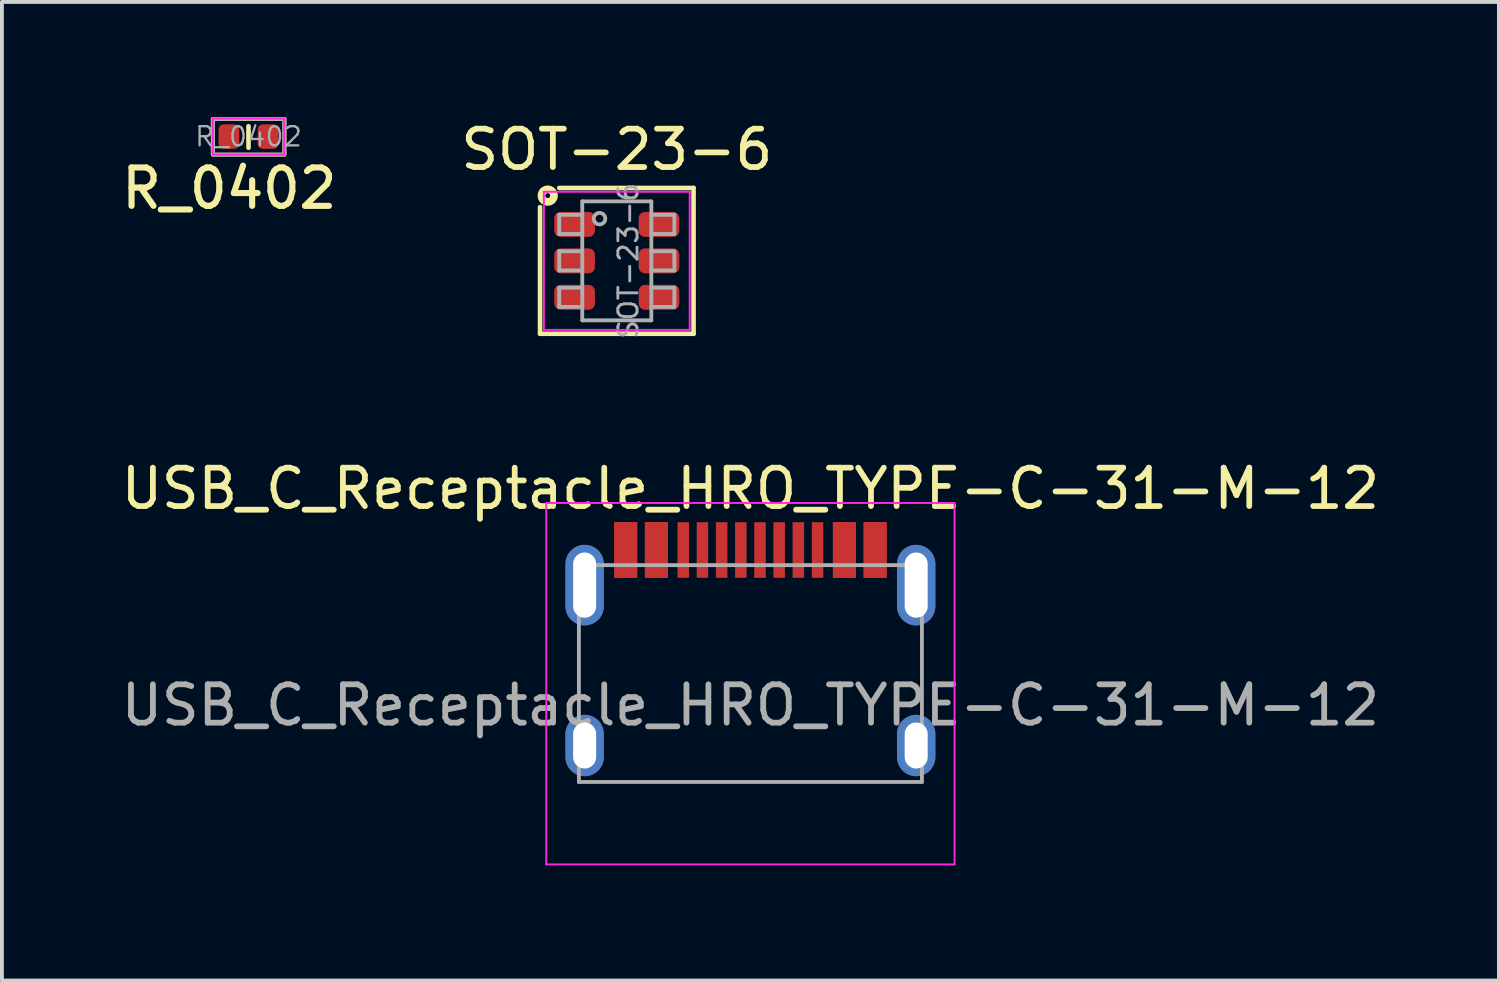
<source format=kicad_pcb>
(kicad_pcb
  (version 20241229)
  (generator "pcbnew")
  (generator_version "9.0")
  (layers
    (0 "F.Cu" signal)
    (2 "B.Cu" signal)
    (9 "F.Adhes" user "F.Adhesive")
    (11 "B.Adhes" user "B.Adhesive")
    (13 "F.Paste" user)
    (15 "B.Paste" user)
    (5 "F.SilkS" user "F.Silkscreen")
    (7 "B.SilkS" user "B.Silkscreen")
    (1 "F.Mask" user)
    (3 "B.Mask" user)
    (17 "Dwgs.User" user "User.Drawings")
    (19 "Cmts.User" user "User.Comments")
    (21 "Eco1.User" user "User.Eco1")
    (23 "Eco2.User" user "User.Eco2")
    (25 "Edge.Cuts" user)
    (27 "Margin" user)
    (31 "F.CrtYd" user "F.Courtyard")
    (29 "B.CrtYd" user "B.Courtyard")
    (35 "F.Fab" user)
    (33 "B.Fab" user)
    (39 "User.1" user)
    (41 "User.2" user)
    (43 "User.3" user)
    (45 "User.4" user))
  (footprint "USB_C_Receptacle_HRO_TYPE-C-31-M-12"
    (layer "F.Cu")
    (at 16.506 15.328)
    (property "Reference" "USB_C_Receptacle_HRO_TYPE-C-31-M-12" (at 0 -5.645 0) (layer "F.SilkS") (effects (font (size 1 1) (thickness 0.15))))
    (attr smd)
    (fp_line (start -5.32 -5.27) (end -5.32 4.15) (stroke (width 0.05) (type solid)) (layer "F.CrtYd"))
    (fp_line (start -5.32 -5.27) (end 5.32 -5.27) (stroke (width 0.05) (type solid)) (layer "F.CrtYd"))
    (fp_line (start -5.32 4.15) (end 5.32 4.15) (stroke (width 0.05) (type solid)) (layer "F.CrtYd"))
    (fp_line (start 5.32 -5.27) (end 5.32 4.15) (stroke (width 0.05) (type solid)) (layer "F.CrtYd"))
    (fp_line (start -4.47 -3.65) (end -4.47 2) (stroke (width 0.1) (type solid)) (layer "F.Fab"))
    (fp_line (start -4.47 -3.65) (end 4.47 -3.65) (stroke (width 0.1) (type solid)) (layer "F.Fab"))
    (fp_line (start -4.47 2) (end 4.47 2) (stroke (width 0.1) (type solid)) (layer "F.Fab"))
    (fp_line (start 4.47 -3.65) (end 4.47 2) (stroke (width 0.1) (type solid)) (layer "F.Fab"))
    (fp_text user "${REFERENCE}" (at 0 0 0) (layer "F.Fab") (effects (font (size 1 1) (thickness 0.15))))
    (pad "A1" smd rect (at -3.25 -4.045) (size 0.6 1.45) (layers "F.Cu" "F.Mask" "F.Paste"))
    (pad "A4" smd rect (at -2.45 -4.045) (size 0.6 1.45) (layers "F.Cu" "F.Mask" "F.Paste"))
    (pad "A5" smd rect (at -1.25 -4.045) (size 0.3 1.45) (layers "F.Cu" "F.Mask" "F.Paste"))
    (pad "A6" smd rect (at -0.25 -4.045) (size 0.3 1.45) (layers "F.Cu" "F.Mask" "F.Paste"))
    (pad "A7" smd rect (at 0.25 -4.045) (size 0.3 1.45) (layers "F.Cu" "F.Mask" "F.Paste"))
    (pad "A8" smd rect (at 1.25 -4.045) (size 0.3 1.45) (layers "F.Cu" "F.Mask" "F.Paste"))
    (pad "A9" smd rect (at 2.45 -4.045) (size 0.6 1.45) (layers "F.Cu" "F.Mask" "F.Paste"))
    (pad "A12" smd rect (at 3.25 -4.045) (size 0.6 1.45) (layers "F.Cu" "F.Mask" "F.Paste"))
    (pad "B1" smd rect (at 3.25 -4.045) (size 0.6 1.45) (layers "F.Cu" "F.Mask" "F.Paste"))
    (pad "B4" smd rect (at 2.45 -4.045) (size 0.6 1.45) (layers "F.Cu" "F.Mask" "F.Paste"))
    (pad "B5" smd rect (at 1.75 -4.045) (size 0.3 1.45) (layers "F.Cu" "F.Mask" "F.Paste"))
    (pad "B6" smd rect (at 0.75 -4.045) (size 0.3 1.45) (layers "F.Cu" "F.Mask" "F.Paste"))
    (pad "B7" smd rect (at -0.75 -4.045) (size 0.3 1.45) (layers "F.Cu" "F.Mask" "F.Paste"))
    (pad "B8" smd rect (at -1.75 -4.045) (size 0.3 1.45) (layers "F.Cu" "F.Mask" "F.Paste"))
    (pad "B9" smd rect (at -2.45 -4.045) (size 0.6 1.45) (layers "F.Cu" "F.Mask" "F.Paste"))
    (pad "B12" smd rect (at -3.25 -4.045) (size 0.6 1.45) (layers "F.Cu" "F.Mask" "F.Paste"))
    (pad "S1" thru_hole oval (at -4.32 -3.13) (size 1 2.1) (drill oval 0.6 1.7) (property pad_prop_heatsink) (layers "*.Cu" "*.Mask"))
    (pad "S1" thru_hole oval (at -4.32 1.05) (size 1 1.6) (drill oval 0.6 1.2) (property pad_prop_heatsink) (layers "*.Cu" "*.Mask"))
    (pad "S1" thru_hole oval (at 4.32 -3.13) (size 1 2.1) (drill oval 0.6 1.7) (property pad_prop_heatsink) (layers "*.Cu" "*.Mask"))
    (pad "S1" thru_hole oval (at 4.32 1.05) (size 1 1.6) (drill oval 0.6 1.2) (property pad_prop_heatsink) (layers "*.Cu" "*.Mask")))
  (footprint "SOT-23-6"
    (layer "F.Cu")
    (at 13.024 3.748)
    (property "Reference" "SOT-23-6" (at 0 -2.9 0) (layer "F.SilkS") (effects (font (size 1 1) (thickness 0.15))))
    (attr smd)
    (fp_line (start -2 -1.4) (end -2 1.9) (stroke (width 0.12) (type solid)) (layer "F.SilkS"))
    (fp_line (start -2 1.9) (end 2 1.9) (stroke (width 0.12) (type solid)) (layer "F.SilkS"))
    (fp_line (start 2 -1.9) (end -1.5 -1.9) (stroke (width 0.12) (type solid)) (layer "F.SilkS"))
    (fp_line (start 2 1.9) (end 2 -1.9) (stroke (width 0.12) (type solid)) (layer "F.SilkS"))
    (fp_circle (center -1.8 -1.7) (end -1.736 -1.7) (stroke (width 0.2) (type solid)) (fill no) (layer "F.SilkS"))
    (fp_line (start -1.9 -1.8) (end -1.9 1.8) (stroke (width 0.05) (type solid)) (layer "F.CrtYd"))
    (fp_line (start -1.9 1.8) (end 1.9 1.8) (stroke (width 0.05) (type solid)) (layer "F.CrtYd"))
    (fp_line (start 1.9 -1.8) (end -1.9 -1.8) (stroke (width 0.05) (type solid)) (layer "F.CrtYd"))
    (fp_line (start 1.9 1.8) (end 1.9 -1.8) (stroke (width 0.05) (type solid)) (layer "F.CrtYd"))
    (fp_line (start -1.5 -1.2) (end -1.5 -0.7) (stroke (width 0.1) (type solid)) (layer "F.Fab"))
    (fp_line (start -1.5 -0.7) (end -0.9 -0.7) (stroke (width 0.1) (type solid)) (layer "F.Fab"))
    (fp_line (start -1.5 -0.25) (end -1.5 0.25) (stroke (width 0.1) (type solid)) (layer "F.Fab"))
    (fp_line (start -1.5 0.25) (end -0.9 0.25) (stroke (width 0.1) (type solid)) (layer "F.Fab"))
    (fp_line (start -1.5 0.7) (end -1.5 1.2) (stroke (width 0.1) (type solid)) (layer "F.Fab"))
    (fp_line (start -1.5 1.2) (end -0.9 1.2) (stroke (width 0.1) (type solid)) (layer "F.Fab"))
    (fp_line (start -0.9 -1.55) (end -0.9 1.55) (stroke (width 0.1) (type solid)) (layer "F.Fab"))
    (fp_line (start -0.9 -1.2) (end -1.5 -1.2) (stroke (width 0.1) (type solid)) (layer "F.Fab"))
    (fp_line (start -0.9 -0.25) (end -1.5 -0.25) (stroke (width 0.1) (type solid)) (layer "F.Fab"))
    (fp_line (start -0.9 0.7) (end -1.5 0.7) (stroke (width 0.1) (type solid)) (layer "F.Fab"))
    (fp_line (start 0.9 -1.55) (end -0.9 -1.55) (stroke (width 0.1) (type solid)) (layer "F.Fab"))
    (fp_line (start 0.9 -1.55) (end 0.9 1.55) (stroke (width 0.1) (type solid)) (layer "F.Fab"))
    (fp_line (start 0.9 -0.7) (end 1.5 -0.7) (stroke (width 0.1) (type solid)) (layer "F.Fab"))
    (fp_line (start 0.9 0.25) (end 1.5 0.25) (stroke (width 0.1) (type solid)) (layer "F.Fab"))
    (fp_line (start 0.9 1.2) (end 1.5 1.2) (stroke (width 0.1) (type solid)) (layer "F.Fab"))
    (fp_line (start 0.9 1.55) (end -0.9 1.55) (stroke (width 0.1) (type solid)) (layer "F.Fab"))
    (fp_line (start 1.5 -1.2) (end 0.9 -1.2) (stroke (width 0.1) (type solid)) (layer "F.Fab"))
    (fp_line (start 1.5 -0.7) (end 1.5 -1.2) (stroke (width 0.1) (type solid)) (layer "F.Fab"))
    (fp_line (start 1.5 -0.25) (end 0.9 -0.25) (stroke (width 0.1) (type solid)) (layer "F.Fab"))
    (fp_line (start 1.5 0.25) (end 1.5 -0.25) (stroke (width 0.1) (type solid)) (layer "F.Fab"))
    (fp_line (start 1.5 0.7) (end 0.9 0.7) (stroke (width 0.1) (type solid)) (layer "F.Fab"))
    (fp_line (start 1.5 1.2) (end 1.5 0.7) (stroke (width 0.1) (type solid)) (layer "F.Fab"))
    (fp_circle (center -0.45 -1.1) (end -0.3 -1.1) (stroke (width 0.1) (type solid)) (fill no) (layer "F.Fab"))
    (fp_text user "${REFERENCE}" (at 0.3 0 270) (layer "F.Fab") (effects (font (size 0.5 0.5) (thickness 0.075))))
    (pad "1" smd roundrect (at -1.1 -0.95) (size 1.06 0.65) (layers "F.Cu" "F.Mask" "F.Paste") (roundrect_rratio 0.25))
    (pad "2" smd roundrect (at -1.1 0) (size 1.06 0.65) (layers "F.Cu" "F.Mask" "F.Paste") (roundrect_rratio 0.25))
    (pad "3" smd roundrect (at -1.1 0.95) (size 1.06 0.65) (layers "F.Cu" "F.Mask" "F.Paste") (roundrect_rratio 0.25))
    (pad "4" smd roundrect (at 1.1 0.95) (size 1.06 0.65) (layers "F.Cu" "F.Mask" "F.Paste") (roundrect_rratio 0.25))
    (pad "5" smd roundrect (at 1.1 0) (size 1.06 0.65) (layers "F.Cu" "F.Mask" "F.Paste") (roundrect_rratio 0.25))
    (pad "6" smd roundrect (at 1.1 -0.95) (size 1.06 0.65) (layers "F.Cu" "F.Mask" "F.Paste") (roundrect_rratio 0.25)))
  (footprint "R_0402"
    (layer "F.Cu")
    (at 3.426 0.51)
    (property "Reference" "R_0402" (at -0.5 1.35 0) (layer "F.SilkS") (effects (font (size 1 1) (thickness 0.16))))
    (attr smd)
    (fp_line (start 0 0.29) (end 0 -0.27) (stroke (width 0.12) (type solid)) (layer "F.SilkS"))
    (fp_rect (start -0.93 -0.46) (end 0.94 0.47) (stroke (width 0.1) (type default)) (fill no) (layer "F.SilkS"))
    (fp_line (start -0.93 -0.47) (end 0.93 -0.47) (stroke (width 0.05) (type solid)) (layer "F.CrtYd"))
    (fp_line (start -0.93 0.47) (end -0.93 -0.47) (stroke (width 0.05) (type solid)) (layer "F.CrtYd"))
    (fp_line (start 0.93 -0.47) (end 0.93 0.47) (stroke (width 0.05) (type solid)) (layer "F.CrtYd"))
    (fp_line (start 0.93 0.47) (end -0.93 0.47) (stroke (width 0.05) (type solid)) (layer "F.CrtYd"))
    (fp_line (start -0.93 -0.46) (end 0.93 -0.46) (stroke (width 0.1) (type solid)) (layer "F.Fab"))
    (fp_line (start -0.93 0.47) (end -0.93 -0.46) (stroke (width 0.1) (type solid)) (layer "F.Fab"))
    (fp_line (start 0.93 -0.46) (end 0.93 0.47) (stroke (width 0.1) (type solid)) (layer "F.Fab"))
    (fp_line (start 0.93 0.47) (end -0.93 0.47) (stroke (width 0.1) (type solid)) (layer "F.Fab"))
    (fp_text user "${REFERENCE}" (at 0 0 180) (layer "F.Fab") (effects (font (size 0.5 0.5) (thickness 0.06))))
    (pad "1" smd roundrect (at -0.51 0) (size 0.54 0.64) (layers "F.Cu" "F.Mask" "F.Paste") (roundrect_rratio 0.25))
    (pad "2" smd roundrect (at 0.51 0) (size 0.54 0.64) (layers "F.Cu" "F.Mask" "F.Paste") (roundrect_rratio 0.25)))
  (gr_rect
    (start -3 -3)
    (end 36.012 22.503)
    (stroke (width 0.1) (type default))
    (fill no)
    (layer "Edge.Cuts")))
</source>
